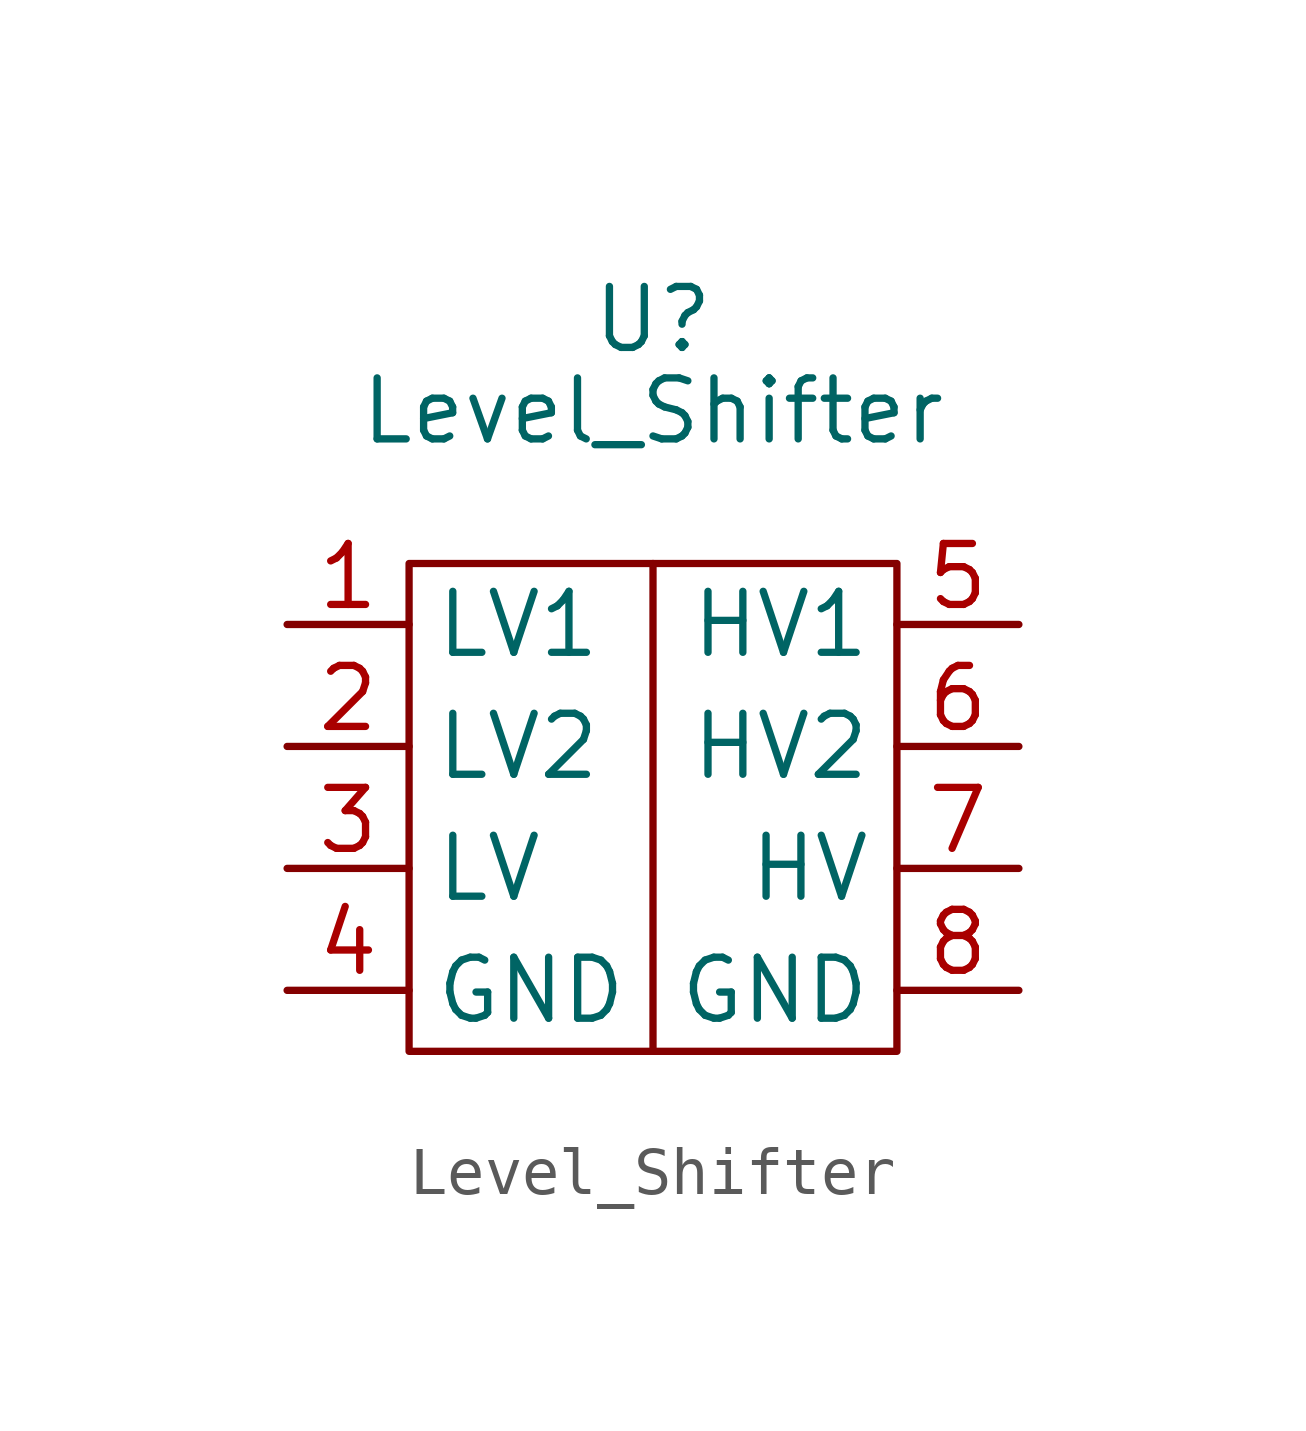
<source format=kicad_sym>
(kicad_symbol_lib
  (version 20211014)
  (generator kicad_symbol_editor)
  (symbol "Level_Shifter"
    (property "Reference" "U"
      (at 0 5.08 0)
      (effects (font (size 1.27 1.27))))
    (property "Value" "Level_Shifter"
      (at 0 3.175 0)
      (effects (font (size 1.27 1.27))))
    (symbol "Level_Shifter_0_1"
      (rectangle (start -5.08 0) (end 5.08 -10.16) (stroke (width 0.152) (type default) (color 0 0 0 0)) (fill (type none)))
      (polyline (pts (xy 0 0) (xy 0 -10.16)) (stroke (width 0.152) (type default) (color 0 0 0 0)) (fill (type none))))
    (symbol "Level_Shifter_1_1"
      (pin bidirectional line (at -7.62 -1.27 0) (length 2.54) (name "LV1" (effects (font (size 1.27 1.27)))) (number "1" (effects (font (size 1.27 1.27)))))
      (pin bidirectional line (at -7.62 -3.81 0) (length 2.54) (name "LV2" (effects (font (size 1.27 1.27)))) (number "2" (effects (font (size 1.27 1.27)))))
      (pin power_in line (at -7.62 -6.35 0) (length 2.54) (name "LV" (effects (font (size 1.27 1.27)))) (number "3" (effects (font (size 1.27 1.27)))))
      (pin power_in line (at -7.62 -8.89 0) (length 2.54) (name "GND" (effects (font (size 1.27 1.27)))) (number "4" (effects (font (size 1.27 1.27)))))
      (pin bidirectional line (at 7.62 -1.27 180) (length 2.54) (name "HV1" (effects (font (size 1.27 1.27)))) (number "5" (effects (font (size 1.27 1.27)))))
      (pin bidirectional line (at 7.62 -3.81 180) (length 2.54) (name "HV2" (effects (font (size 1.27 1.27)))) (number "6" (effects (font (size 1.27 1.27)))))
      (pin power_in line (at 7.62 -6.35 180) (length 2.54) (name "HV" (effects (font (size 1.27 1.27)))) (number "7" (effects (font (size 1.27 1.27)))))
      (pin power_in line (at 7.62 -8.89 180) (length 2.54) (name "GND" (effects (font (size 1.27 1.27)))) (number "8" (effects (font (size 1.27 1.27))))))))
</source>
